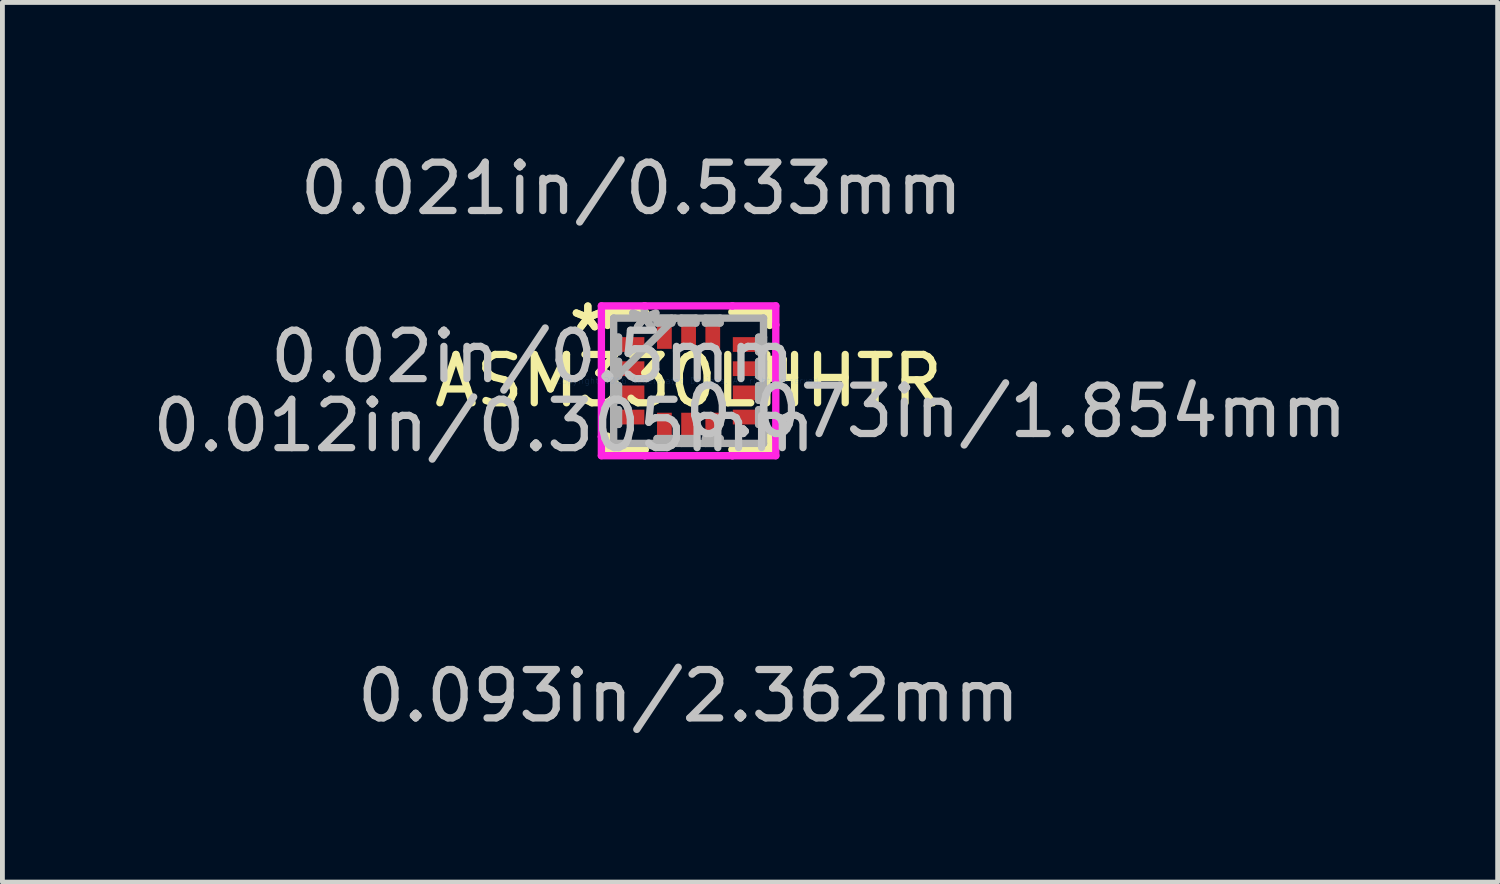
<source format=kicad_pcb>
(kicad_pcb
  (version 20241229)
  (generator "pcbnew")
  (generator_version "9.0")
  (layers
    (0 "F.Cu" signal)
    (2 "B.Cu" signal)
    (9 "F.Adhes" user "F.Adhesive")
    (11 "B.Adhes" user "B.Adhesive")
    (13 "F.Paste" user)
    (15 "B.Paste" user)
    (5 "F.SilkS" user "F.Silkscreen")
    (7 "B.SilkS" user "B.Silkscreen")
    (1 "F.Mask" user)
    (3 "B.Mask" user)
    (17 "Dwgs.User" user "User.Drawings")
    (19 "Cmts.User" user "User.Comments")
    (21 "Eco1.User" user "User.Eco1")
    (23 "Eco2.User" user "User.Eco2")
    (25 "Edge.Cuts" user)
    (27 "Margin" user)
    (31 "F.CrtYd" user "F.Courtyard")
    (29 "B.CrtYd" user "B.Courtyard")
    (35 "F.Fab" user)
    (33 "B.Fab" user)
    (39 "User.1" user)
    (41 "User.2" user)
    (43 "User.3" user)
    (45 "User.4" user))
  (footprint "ASM330LHHTR"
    (layer "F.Cu")
    (at 11.187 4.823)
    (property "Reference" "ASM330LHHTR" (at 0 0 0) (layer "F.SilkS") (effects (font (size 1 1) (thickness 0.15))))
    (attr through_hole)
    (fp_line (start -1.676 -1.422) (end -1.676 -1.144) (stroke (width 0.152) (type solid)) (layer "F.SilkS"))
    (fp_line (start -1.676 1.144) (end -1.676 1.422) (stroke (width 0.152) (type solid)) (layer "F.SilkS"))
    (fp_line (start -1.676 1.422) (end -0.894 1.422) (stroke (width 0.152) (type solid)) (layer "F.SilkS"))
    (fp_line (start -0.894 -1.422) (end -1.676 -1.422) (stroke (width 0.152) (type solid)) (layer "F.SilkS"))
    (fp_line (start 0.894 1.422) (end 1.676 1.422) (stroke (width 0.152) (type solid)) (layer "F.SilkS"))
    (fp_line (start 1.676 -1.422) (end 0.894 -1.422) (stroke (width 0.152) (type solid)) (layer "F.SilkS"))
    (fp_line (start 1.676 -1.144) (end 1.676 -1.422) (stroke (width 0.152) (type solid)) (layer "F.SilkS"))
    (fp_line (start 1.676 1.422) (end 1.676 1.144) (stroke (width 0.152) (type solid)) (layer "F.SilkS"))
    (fp_line (start 1.702 -0.441) (end 1.956 -0.441) (stroke (width 0.152) (type solid)) (layer "F.SilkS"))
    (fp_line (start 1.702 -0.059) (end 1.702 -0.441) (stroke (width 0.152) (type solid)) (layer "F.SilkS"))
    (fp_line (start 1.956 -0.441) (end 1.956 -0.059) (stroke (width 0.152) (type solid)) (layer "F.SilkS"))
    (fp_line (start 1.956 -0.059) (end 1.702 -0.059) (stroke (width 0.152) (type solid)) (layer "F.SilkS"))
    (fp_line (start -1.803 -1.549) (end -0.906 -1.549) (stroke (width 0.152) (type solid)) (layer "F.CrtYd"))
    (fp_line (start -1.803 -1.156) (end -1.803 -1.549) (stroke (width 0.152) (type solid)) (layer "F.CrtYd"))
    (fp_line (start -1.803 -1.156) (end -1.803 -1.156) (stroke (width 0.152) (type solid)) (layer "F.CrtYd"))
    (fp_line (start -1.803 1.156) (end -1.803 -1.156) (stroke (width 0.152) (type solid)) (layer "F.CrtYd"))
    (fp_line (start -1.803 1.156) (end -1.803 1.156) (stroke (width 0.152) (type solid)) (layer "F.CrtYd"))
    (fp_line (start -1.803 1.549) (end -1.803 1.156) (stroke (width 0.152) (type solid)) (layer "F.CrtYd"))
    (fp_line (start -0.906 -1.549) (end -0.906 -1.549) (stroke (width 0.152) (type solid)) (layer "F.CrtYd"))
    (fp_line (start -0.906 -1.549) (end 0.906 -1.549) (stroke (width 0.152) (type solid)) (layer "F.CrtYd"))
    (fp_line (start -0.906 1.549) (end -1.803 1.549) (stroke (width 0.152) (type solid)) (layer "F.CrtYd"))
    (fp_line (start -0.906 1.549) (end -0.906 1.549) (stroke (width 0.152) (type solid)) (layer "F.CrtYd"))
    (fp_line (start 0.906 -1.549) (end 0.906 -1.549) (stroke (width 0.152) (type solid)) (layer "F.CrtYd"))
    (fp_line (start 0.906 -1.549) (end 1.803 -1.549) (stroke (width 0.152) (type solid)) (layer "F.CrtYd"))
    (fp_line (start 0.906 1.549) (end -0.906 1.549) (stroke (width 0.152) (type solid)) (layer "F.CrtYd"))
    (fp_line (start 0.906 1.549) (end 0.906 1.549) (stroke (width 0.152) (type solid)) (layer "F.CrtYd"))
    (fp_line (start 1.803 -1.549) (end 1.803 -1.156) (stroke (width 0.152) (type solid)) (layer "F.CrtYd"))
    (fp_line (start 1.803 -1.156) (end 1.803 -1.156) (stroke (width 0.152) (type solid)) (layer "F.CrtYd"))
    (fp_line (start 1.803 -1.156) (end 1.803 1.156) (stroke (width 0.152) (type solid)) (layer "F.CrtYd"))
    (fp_line (start 1.803 1.156) (end 1.803 1.156) (stroke (width 0.152) (type solid)) (layer "F.CrtYd"))
    (fp_line (start 1.803 1.156) (end 1.803 1.549) (stroke (width 0.152) (type solid)) (layer "F.CrtYd"))
    (fp_line (start 1.803 1.549) (end 0.906 1.549) (stroke (width 0.152) (type solid)) (layer "F.CrtYd"))
    (fp_line (start -1.549 -1.295) (end -1.549 -1.295) (stroke (width 0.152) (type solid)) (layer "F.Fab"))
    (fp_line (start -1.549 -1.295) (end -1.549 1.295) (stroke (width 0.152) (type solid)) (layer "F.Fab"))
    (fp_line (start -1.549 -0.902) (end -1.448 -0.902) (stroke (width 0.152) (type solid)) (layer "F.Fab"))
    (fp_line (start -1.549 -0.598) (end -1.549 -0.902) (stroke (width 0.152) (type solid)) (layer "F.Fab"))
    (fp_line (start -1.549 -0.402) (end -1.448 -0.402) (stroke (width 0.152) (type solid)) (layer "F.Fab"))
    (fp_line (start -1.549 -0.098) (end -1.549 -0.402) (stroke (width 0.152) (type solid)) (layer "F.Fab"))
    (fp_line (start -1.549 -0.025) (end -0.279 -1.295) (stroke (width 0.152) (type solid)) (layer "F.Fab"))
    (fp_line (start -1.549 0.098) (end -1.448 0.098) (stroke (width 0.152) (type solid)) (layer "F.Fab"))
    (fp_line (start -1.549 0.402) (end -1.549 0.098) (stroke (width 0.152) (type solid)) (layer "F.Fab"))
    (fp_line (start -1.549 0.598) (end -1.448 0.598) (stroke (width 0.152) (type solid)) (layer "F.Fab"))
    (fp_line (start -1.549 0.902) (end -1.549 0.598) (stroke (width 0.152) (type solid)) (layer "F.Fab"))
    (fp_line (start -1.549 1.295) (end -1.549 1.295) (stroke (width 0.152) (type solid)) (layer "F.Fab"))
    (fp_line (start -1.549 1.295) (end 1.549 1.295) (stroke (width 0.152) (type solid)) (layer "F.Fab"))
    (fp_line (start -1.448 -0.902) (end -1.448 -0.598) (stroke (width 0.152) (type solid)) (layer "F.Fab"))
    (fp_line (start -1.448 -0.598) (end -1.549 -0.598) (stroke (width 0.152) (type solid)) (layer "F.Fab"))
    (fp_line (start -1.448 -0.402) (end -1.448 -0.098) (stroke (width 0.152) (type solid)) (layer "F.Fab"))
    (fp_line (start -1.448 -0.098) (end -1.549 -0.098) (stroke (width 0.152) (type solid)) (layer "F.Fab"))
    (fp_line (start -1.448 0.098) (end -1.448 0.402) (stroke (width 0.152) (type solid)) (layer "F.Fab"))
    (fp_line (start -1.448 0.402) (end -1.549 0.402) (stroke (width 0.152) (type solid)) (layer "F.Fab"))
    (fp_line (start -1.448 0.598) (end -1.448 0.902) (stroke (width 0.152) (type solid)) (layer "F.Fab"))
    (fp_line (start -1.448 0.902) (end -1.549 0.902) (stroke (width 0.152) (type solid)) (layer "F.Fab"))
    (fp_line (start -0.652 -1.295) (end -0.348 -1.295) (stroke (width 0.152) (type solid)) (layer "F.Fab"))
    (fp_line (start -0.652 -1.194) (end -0.652 -1.295) (stroke (width 0.152) (type solid)) (layer "F.Fab"))
    (fp_line (start -0.652 1.194) (end -0.348 1.194) (stroke (width 0.152) (type solid)) (layer "F.Fab"))
    (fp_line (start -0.652 1.295) (end -0.652 1.194) (stroke (width 0.152) (type solid)) (layer "F.Fab"))
    (fp_line (start -0.348 -1.295) (end -0.348 -1.194) (stroke (width 0.152) (type solid)) (layer "F.Fab"))
    (fp_line (start -0.348 -1.194) (end -0.652 -1.194) (stroke (width 0.152) (type solid)) (layer "F.Fab"))
    (fp_line (start -0.348 1.194) (end -0.348 1.295) (stroke (width 0.152) (type solid)) (layer "F.Fab"))
    (fp_line (start -0.348 1.295) (end -0.652 1.295) (stroke (width 0.152) (type solid)) (layer "F.Fab"))
    (fp_line (start -0.152 -1.295) (end 0.152 -1.295) (stroke (width 0.152) (type solid)) (layer "F.Fab"))
    (fp_line (start -0.152 -1.194) (end -0.152 -1.295) (stroke (width 0.152) (type solid)) (layer "F.Fab"))
    (fp_line (start -0.152 1.194) (end 0.152 1.194) (stroke (width 0.152) (type solid)) (layer "F.Fab"))
    (fp_line (start -0.152 1.295) (end -0.152 1.194) (stroke (width 0.152) (type solid)) (layer "F.Fab"))
    (fp_line (start 0.152 -1.295) (end 0.152 -1.194) (stroke (width 0.152) (type solid)) (layer "F.Fab"))
    (fp_line (start 0.152 -1.194) (end -0.152 -1.194) (stroke (width 0.152) (type solid)) (layer "F.Fab"))
    (fp_line (start 0.152 1.194) (end 0.152 1.295) (stroke (width 0.152) (type solid)) (layer "F.Fab"))
    (fp_line (start 0.152 1.295) (end -0.152 1.295) (stroke (width 0.152) (type solid)) (layer "F.Fab"))
    (fp_line (start 0.348 -1.295) (end 0.652 -1.295) (stroke (width 0.152) (type solid)) (layer "F.Fab"))
    (fp_line (start 0.348 -1.194) (end 0.348 -1.295) (stroke (width 0.152) (type solid)) (layer "F.Fab"))
    (fp_line (start 0.348 1.194) (end 0.652 1.194) (stroke (width 0.152) (type solid)) (layer "F.Fab"))
    (fp_line (start 0.348 1.295) (end 0.348 1.194) (stroke (width 0.152) (type solid)) (layer "F.Fab"))
    (fp_line (start 0.652 -1.295) (end 0.652 -1.194) (stroke (width 0.152) (type solid)) (layer "F.Fab"))
    (fp_line (start 0.652 -1.194) (end 0.348 -1.194) (stroke (width 0.152) (type solid)) (layer "F.Fab"))
    (fp_line (start 0.652 1.194) (end 0.652 1.295) (stroke (width 0.152) (type solid)) (layer "F.Fab"))
    (fp_line (start 0.652 1.295) (end 0.348 1.295) (stroke (width 0.152) (type solid)) (layer "F.Fab"))
    (fp_line (start 1.448 -0.902) (end 1.549 -0.902) (stroke (width 0.152) (type solid)) (layer "F.Fab"))
    (fp_line (start 1.448 -0.598) (end 1.448 -0.902) (stroke (width 0.152) (type solid)) (layer "F.Fab"))
    (fp_line (start 1.448 -0.402) (end 1.549 -0.402) (stroke (width 0.152) (type solid)) (layer "F.Fab"))
    (fp_line (start 1.448 -0.098) (end 1.448 -0.402) (stroke (width 0.152) (type solid)) (layer "F.Fab"))
    (fp_line (start 1.448 0.098) (end 1.549 0.098) (stroke (width 0.152) (type solid)) (layer "F.Fab"))
    (fp_line (start 1.448 0.402) (end 1.448 0.098) (stroke (width 0.152) (type solid)) (layer "F.Fab"))
    (fp_line (start 1.448 0.598) (end 1.549 0.598) (stroke (width 0.152) (type solid)) (layer "F.Fab"))
    (fp_line (start 1.448 0.902) (end 1.448 0.598) (stroke (width 0.152) (type solid)) (layer "F.Fab"))
    (fp_line (start 1.549 -1.295) (end -1.549 -1.295) (stroke (width 0.152) (type solid)) (layer "F.Fab"))
    (fp_line (start 1.549 -1.295) (end 1.549 -1.295) (stroke (width 0.152) (type solid)) (layer "F.Fab"))
    (fp_line (start 1.549 -0.902) (end 1.549 -0.598) (stroke (width 0.152) (type solid)) (layer "F.Fab"))
    (fp_line (start 1.549 -0.598) (end 1.448 -0.598) (stroke (width 0.152) (type solid)) (layer "F.Fab"))
    (fp_line (start 1.549 -0.402) (end 1.549 -0.098) (stroke (width 0.152) (type solid)) (layer "F.Fab"))
    (fp_line (start 1.549 -0.098) (end 1.448 -0.098) (stroke (width 0.152) (type solid)) (layer "F.Fab"))
    (fp_line (start 1.549 0.098) (end 1.549 0.402) (stroke (width 0.152) (type solid)) (layer "F.Fab"))
    (fp_line (start 1.549 0.402) (end 1.448 0.402) (stroke (width 0.152) (type solid)) (layer "F.Fab"))
    (fp_line (start 1.549 0.598) (end 1.549 0.902) (stroke (width 0.152) (type solid)) (layer "F.Fab"))
    (fp_line (start 1.549 0.902) (end 1.448 0.902) (stroke (width 0.152) (type solid)) (layer "F.Fab"))
    (fp_line (start 1.549 1.295) (end 1.549 -1.295) (stroke (width 0.152) (type solid)) (layer "F.Fab"))
    (fp_line (start 1.549 1.295) (end 1.549 1.295) (stroke (width 0.152) (type solid)) (layer "F.Fab"))
    (fp_text user "*" (at -2.083 -1 0) (layer "F.SilkS") (effects (font (size 1 1) (thickness 0.15))))
    (fp_text user "*" (at -2.083 -1 0) (layer "F.SilkS") (effects (font (size 1 1) (thickness 0.15))))
    (fp_text user "0.02in/0.5mm" (at -3.226 -0.5 0) (layer "Dwgs.User") (effects (font (size 1 1) (thickness 0.15))))
    (fp_text user "0.073in/1.854mm" (at 6.769 0.635 0) (layer "Dwgs.User") (effects (font (size 1 1) (thickness 0.15))))
    (fp_text user "0.021in/0.533mm" (at -1.181 -3.975 0) (layer "Dwgs.User") (effects (font (size 1 1) (thickness 0.15))))
    (fp_text user "0.093in/2.362mm" (at 0 6.515 0) (layer "Dwgs.User") (effects (font (size 1 1) (thickness 0.15))))
    (fp_text user "0.012in/0.305mm" (at -4.229 0.927 0) (layer "Dwgs.User") (effects (font (size 1 1) (thickness 0.15))))
    (fp_text user "Copyright 2016 Accelerated Designs. All rights reserved." (at 0 0 0) (layer "Cmts.User") (effects (font (size 0.127 0.127) (thickness 0.002))))
    (fp_text user "*" (at -0.914 -1 0) (layer "F.Fab") (effects (font (size 1 1) (thickness 0.15))))
    (fp_text user "*" (at -0.914 -1 0) (layer "F.Fab") (effects (font (size 1 1) (thickness 0.15))))
    (pad "1" smd rect (at -1.181 -0.75 90) (size 0.305 0.533) (layers "F.Cu" "F.Mask" "F.Paste"))
    (pad "2" smd rect (at -1.181 -0.25 90) (size 0.305 0.533) (layers "F.Cu" "F.Mask" "F.Paste"))
    (pad "3" smd rect (at -1.181 0.25 90) (size 0.305 0.533) (layers "F.Cu" "F.Mask" "F.Paste"))
    (pad "4" smd rect (at -1.181 0.75 90) (size 0.305 0.533) (layers "F.Cu" "F.Mask" "F.Paste"))
    (pad "5" smd rect (at -0.5 0.927) (size 0.305 0.533) (layers "F.Cu" "F.Mask" "F.Paste"))
    (pad "6" smd rect (at 0 0.927) (size 0.305 0.533) (layers "F.Cu" "F.Mask" "F.Paste"))
    (pad "7" smd rect (at 0.5 0.927) (size 0.305 0.533) (layers "F.Cu" "F.Mask" "F.Paste"))
    (pad "8" smd rect (at 1.181 0.75 90) (size 0.305 0.533) (layers "F.Cu" "F.Mask" "F.Paste"))
    (pad "9" smd rect (at 1.181 0.25 90) (size 0.305 0.533) (layers "F.Cu" "F.Mask" "F.Paste"))
    (pad "10" smd rect (at 1.181 -0.25 90) (size 0.305 0.533) (layers "F.Cu" "F.Mask" "F.Paste"))
    (pad "11" smd rect (at 1.181 -0.75 90) (size 0.305 0.533) (layers "F.Cu" "F.Mask" "F.Paste"))
    (pad "12" smd rect (at 0.5 -0.927) (size 0.305 0.533) (layers "F.Cu" "F.Mask" "F.Paste"))
    (pad "13" smd rect (at 0 -0.927) (size 0.305 0.533) (layers "F.Cu" "F.Mask" "F.Paste"))
    (pad "14" smd rect (at -0.5 -0.927) (size 0.305 0.533) (layers "F.Cu" "F.Mask" "F.Paste")))
  (gr_rect
    (start -3 -3)
    (end 27.915 15.187)
    (stroke (width 0.1) (type default))
    (fill no)
    (layer "Edge.Cuts")))
</source>
